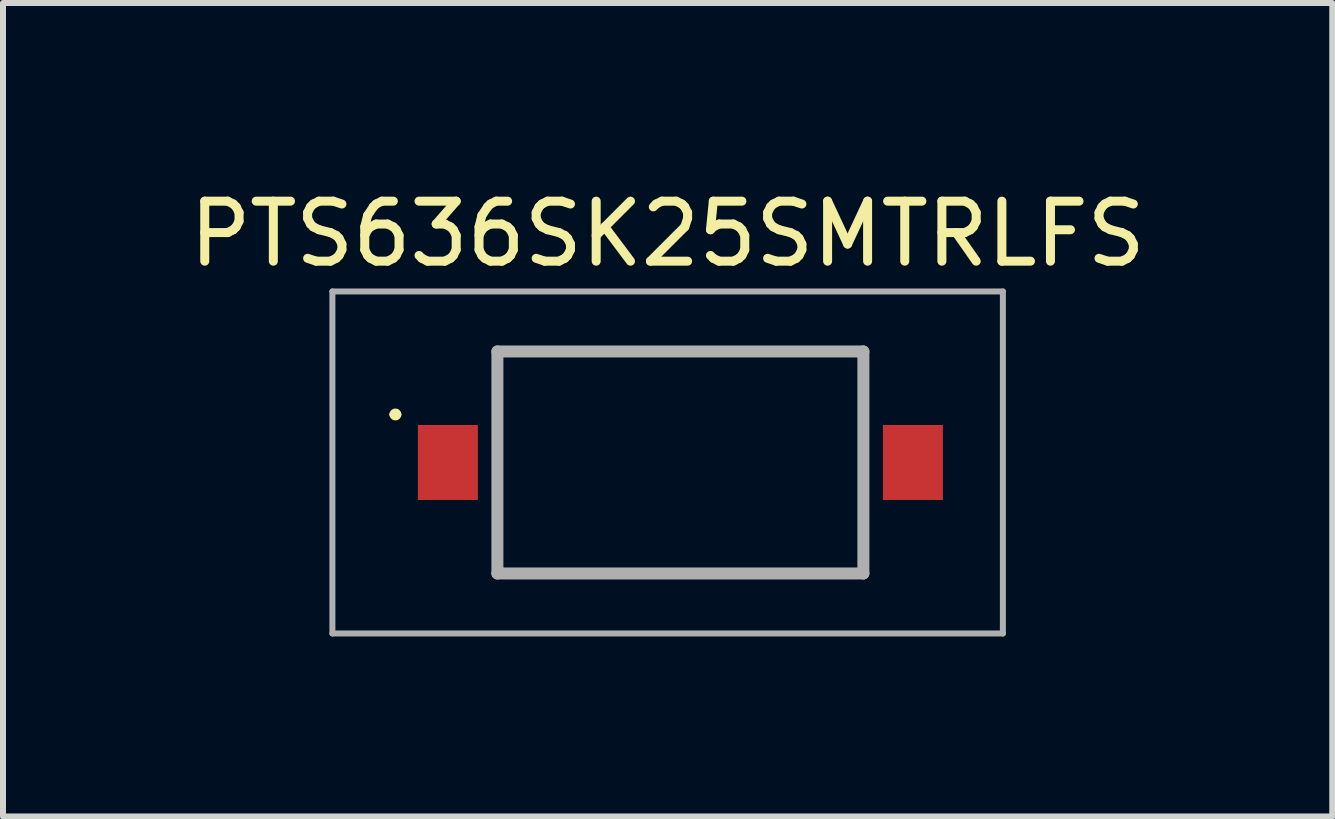
<source format=kicad_pcb>
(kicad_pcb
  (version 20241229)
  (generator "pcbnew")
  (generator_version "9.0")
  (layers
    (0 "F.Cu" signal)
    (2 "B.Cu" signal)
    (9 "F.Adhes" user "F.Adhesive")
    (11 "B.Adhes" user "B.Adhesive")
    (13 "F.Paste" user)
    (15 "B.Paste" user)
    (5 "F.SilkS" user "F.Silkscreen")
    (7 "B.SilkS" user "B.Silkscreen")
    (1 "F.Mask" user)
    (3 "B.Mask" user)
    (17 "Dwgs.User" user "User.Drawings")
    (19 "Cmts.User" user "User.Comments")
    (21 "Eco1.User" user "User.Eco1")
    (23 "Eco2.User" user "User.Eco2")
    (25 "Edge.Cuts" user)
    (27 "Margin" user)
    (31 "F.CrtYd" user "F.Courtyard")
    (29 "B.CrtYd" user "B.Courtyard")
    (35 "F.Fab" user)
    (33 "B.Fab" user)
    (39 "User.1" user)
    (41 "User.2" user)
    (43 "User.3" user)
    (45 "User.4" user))
  (footprint "PTS636SK25SMTRLFS"
    (layer "F.Cu")
    (at 8.29 4.658)
    (property "Reference" "PTS636SK25SMTRLFS" (at -0.213 -3.81 0) (layer "F.SilkS") (effects (font (size 1 1) (thickness 0.15))))
    (attr through_hole)
    (fp_line (start -3.05 -1.85) (end 3.05 -1.85) (stroke (width 0.1) (type solid)) (layer "F.SilkS"))
    (fp_line (start -3.05 1.85) (end -3.05 -1.85) (stroke (width 0.1) (type solid)) (layer "F.SilkS"))
    (fp_line (start 3.05 -1.85) (end 3.05 1.85) (stroke (width 0.1) (type solid)) (layer "F.SilkS"))
    (fp_line (start 3.05 1.85) (end -3.05 1.85) (stroke (width 0.1) (type solid)) (layer "F.SilkS"))
    (fp_arc (start -4.8 -0.8) (mid -4.75 -0.85) (end -4.7 -0.8) (stroke (width 0.1) (type solid)) (layer "F.SilkS"))
    (fp_arc (start -4.7 -0.8) (mid -4.75 -0.75) (end -4.8 -0.8) (stroke (width 0.1) (type solid)) (layer "F.SilkS"))
    (fp_line (start -5.8 -2.85) (end 5.375 -2.85) (stroke (width 0.1) (type solid)) (layer "F.Fab"))
    (fp_line (start -5.8 2.85) (end -5.8 -2.85) (stroke (width 0.1) (type solid)) (layer "F.Fab"))
    (fp_line (start -3.05 -1.85) (end 3.05 -1.85) (stroke (width 0.2) (type solid)) (layer "F.Fab"))
    (fp_line (start -3.05 1.85) (end -3.05 -1.85) (stroke (width 0.2) (type solid)) (layer "F.Fab"))
    (fp_line (start 3.05 -1.85) (end 3.05 1.85) (stroke (width 0.2) (type solid)) (layer "F.Fab"))
    (fp_line (start 3.05 1.85) (end -3.05 1.85) (stroke (width 0.2) (type solid)) (layer "F.Fab"))
    (fp_line (start 5.375 -2.85) (end 5.375 2.85) (stroke (width 0.1) (type solid)) (layer "F.Fab"))
    (fp_line (start 5.375 2.85) (end -5.8 2.85) (stroke (width 0.1) (type solid)) (layer "F.Fab"))
    (pad "1" smd rect (at -3.875 0 90) (size 1.25 1) (layers "F.Cu" "F.Mask" "F.Paste"))
    (pad "2" smd rect (at 3.875 0 90) (size 1.25 1) (layers "F.Cu" "F.Mask" "F.Paste")))
  (gr_rect
    (start -3 -3)
    (end 19.155 10.558)
    (stroke (width 0.1) (type default))
    (fill no)
    (layer "Edge.Cuts")))
</source>
